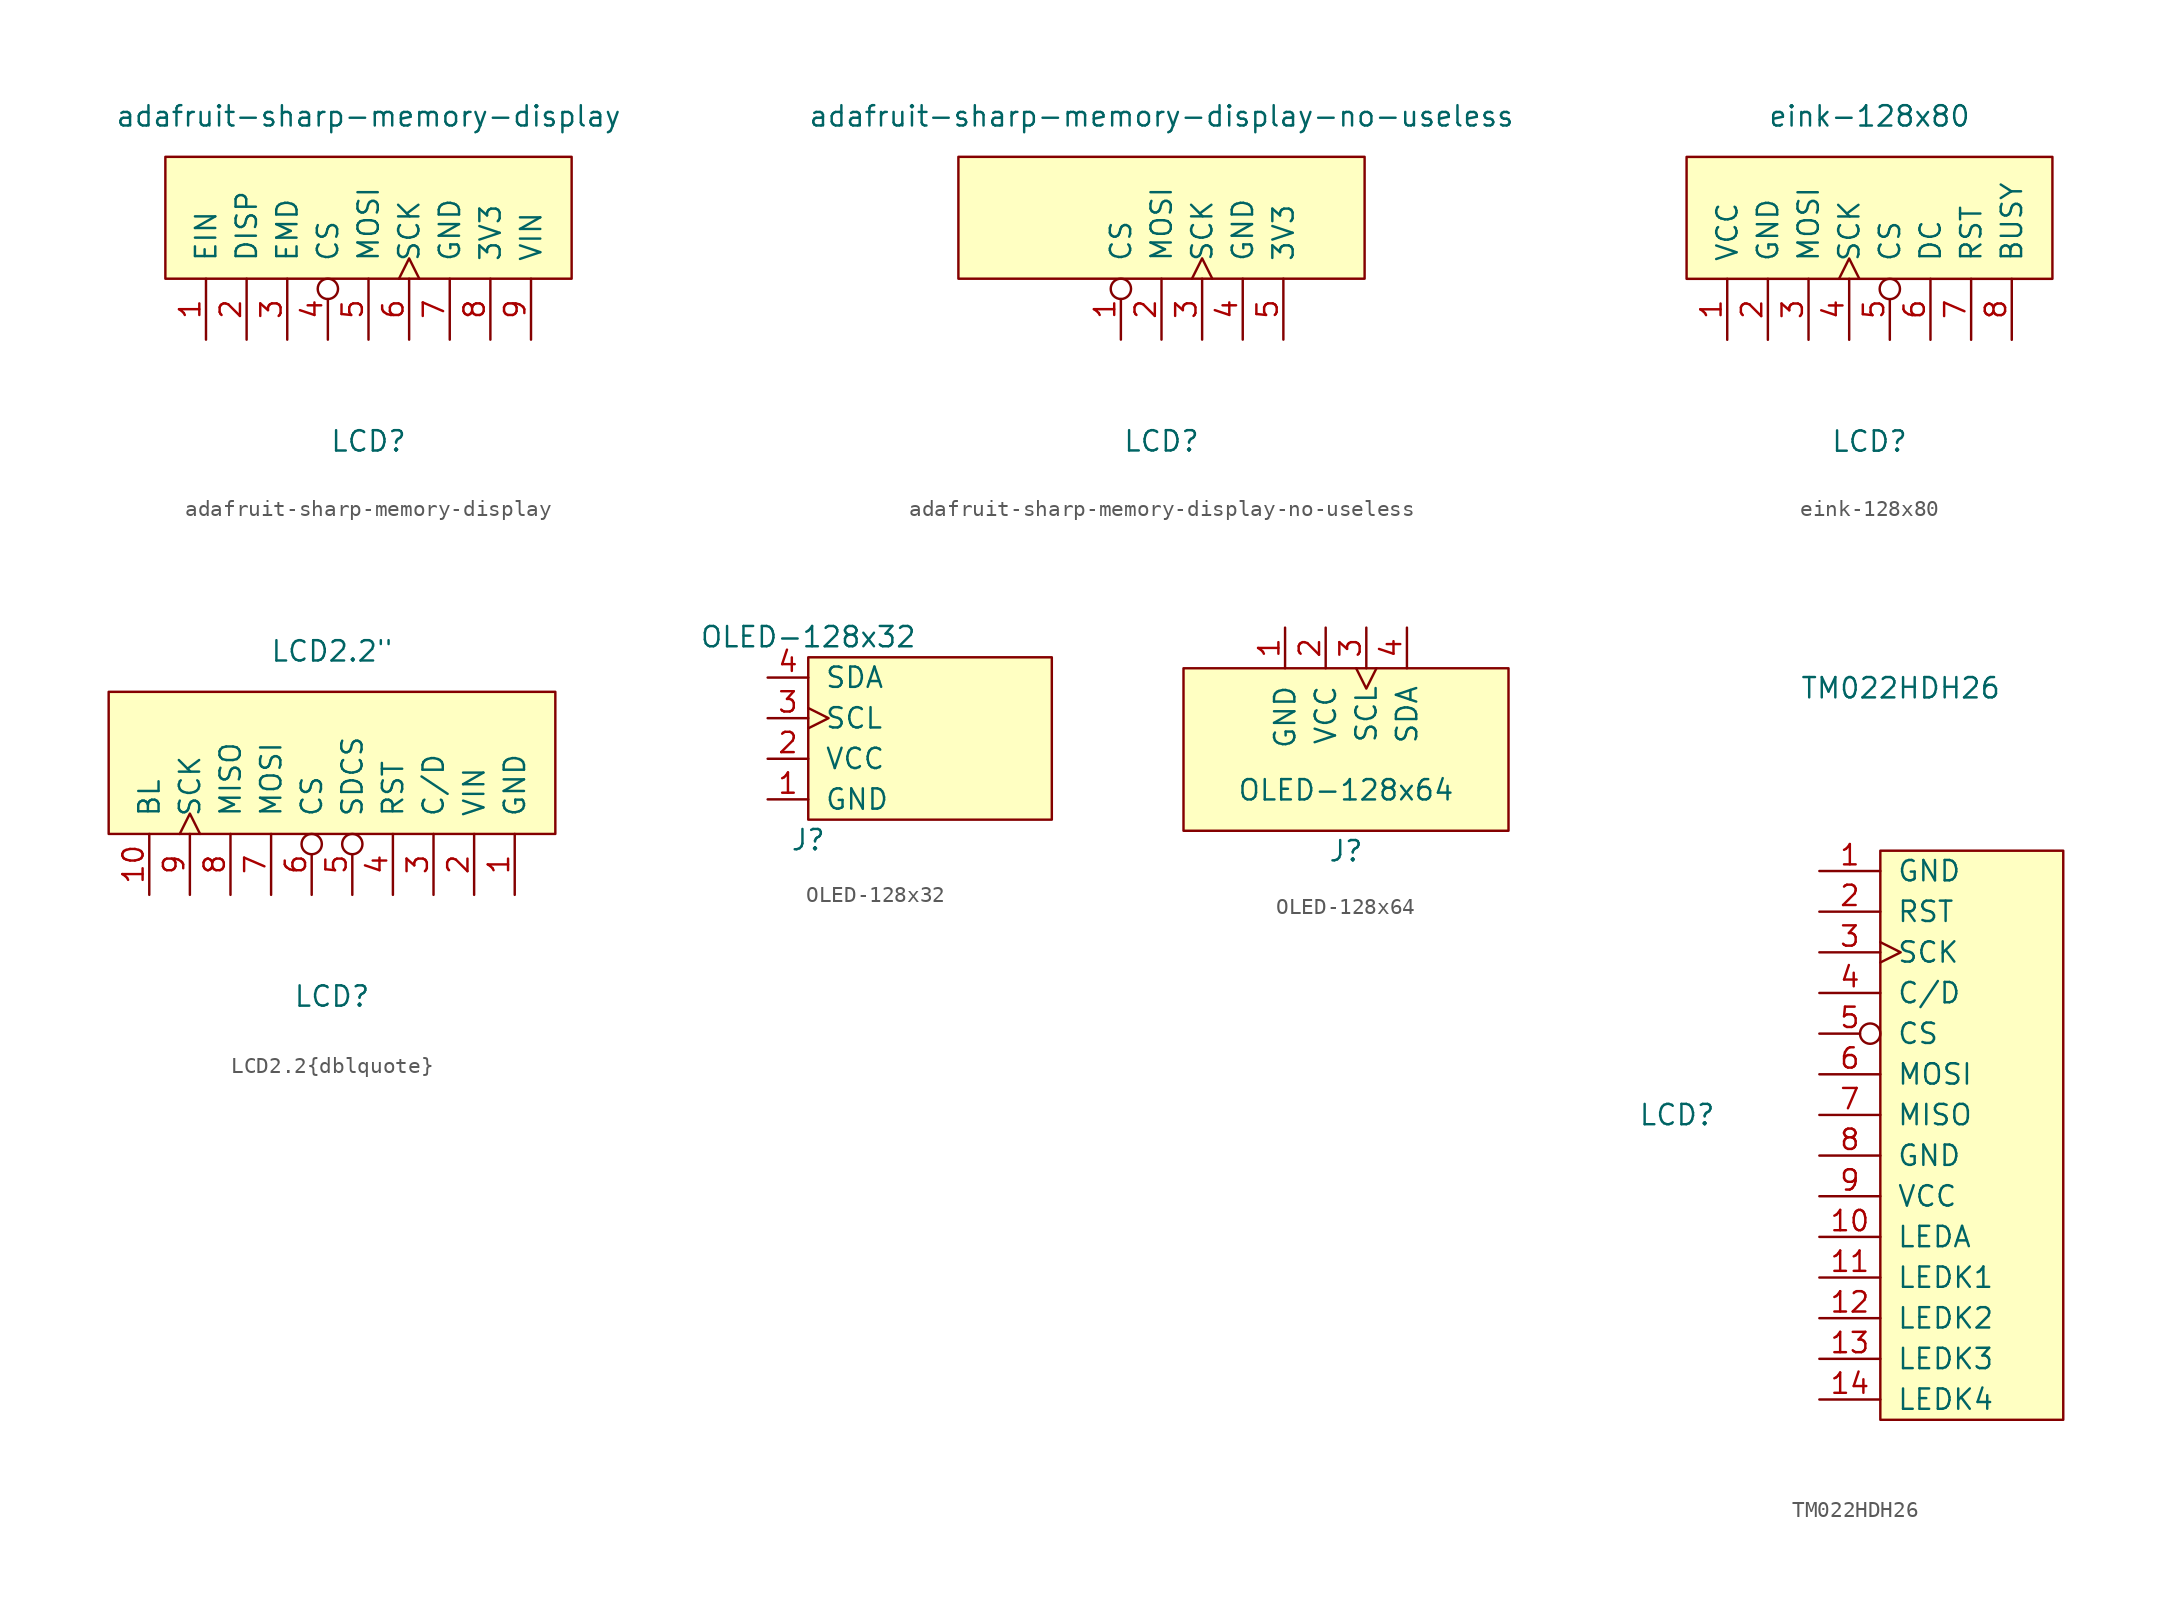
<source format=kicad_sym>
(kicad_symbol_lib
  (version 20211014)
  (generator kicad_symbol_editor)
  (symbol "adafruit-sharp-memory-display"
    (pin_names
      (offset 1.016))
    (property "Reference" "LCD"
      (at 0 -13.97 0)
      (effects (font (size 1.27 1.27))))
    (property "Value" "adafruit-sharp-memory-display"
      (at 0 6.35 0)
      (effects (font (size 1.27 1.27))))
    (symbol "adafruit-sharp-memory-display_0_1"
      (rectangle (start 12.7 -3.81) (end -12.7 3.81) (stroke (width 0) (type default) (color 0 0 0 0)) (fill (type background))))
    (symbol "adafruit-sharp-memory-display_1_1"
      (pin input line (at -10.16 -7.62 90) (length 3.81) (name "EIN" (effects (font (size 1.27 1.27)))) (number "1" (effects (font (size 1.27 1.27)))))
      (pin input line (at -7.62 -7.62 90) (length 3.81) (name "DISP" (effects (font (size 1.27 1.27)))) (number "2" (effects (font (size 1.27 1.27)))))
      (pin input line (at -5.08 -7.62 90) (length 3.81) (name "EMD" (effects (font (size 1.27 1.27)))) (number "3" (effects (font (size 1.27 1.27)))))
      (pin input inverted (at -2.54 -7.62 90) (length 3.81) (name "CS" (effects (font (size 1.27 1.27)))) (number "4" (effects (font (size 1.27 1.27)))))
      (pin input line (at 0 -7.62 90) (length 3.81) (name "MOSI" (effects (font (size 1.27 1.27)))) (number "5" (effects (font (size 1.27 1.27)))))
      (pin input clock (at 2.54 -7.62 90) (length 3.81) (name "SCK" (effects (font (size 1.27 1.27)))) (number "6" (effects (font (size 1.27 1.27)))))
      (pin power_in line (at 5.08 -7.62 90) (length 3.81) (name "GND" (effects (font (size 1.27 1.27)))) (number "7" (effects (font (size 1.27 1.27)))))
      (pin power_in line (at 7.62 -7.62 90) (length 3.81) (name "3V3" (effects (font (size 1.27 1.27)))) (number "8" (effects (font (size 1.27 1.27)))))
      (pin power_in line (at 10.16 -7.62 90) (length 3.81) (name "VIN" (effects (font (size 1.27 1.27)))) (number "9" (effects (font (size 1.27 1.27)))))))
  (symbol "adafruit-sharp-memory-display-no-useless"
    (pin_names
      (offset 1.016))
    (property "Reference" "LCD"
      (at 0 -13.97 0)
      (effects (font (size 1.27 1.27))))
    (property "Value" "adafruit-sharp-memory-display-no-useless"
      (at 0 6.35 0)
      (effects (font (size 1.27 1.27))))
    (symbol "adafruit-sharp-memory-display-no-useless_0_1"
      (rectangle (start 12.7 -3.81) (end -12.7 3.81) (stroke (width 0) (type default) (color 0 0 0 0)) (fill (type background))))
    (symbol "adafruit-sharp-memory-display-no-useless_1_1"
      (pin input inverted (at -2.54 -7.62 90) (length 3.81) (name "CS" (effects (font (size 1.27 1.27)))) (number "1" (effects (font (size 1.27 1.27)))))
      (pin input line (at 0 -7.62 90) (length 3.81) (name "MOSI" (effects (font (size 1.27 1.27)))) (number "2" (effects (font (size 1.27 1.27)))))
      (pin input clock (at 2.54 -7.62 90) (length 3.81) (name "SCK" (effects (font (size 1.27 1.27)))) (number "3" (effects (font (size 1.27 1.27)))))
      (pin power_in line (at 5.08 -7.62 90) (length 3.81) (name "GND" (effects (font (size 1.27 1.27)))) (number "4" (effects (font (size 1.27 1.27)))))
      (pin power_in line (at 7.62 -7.62 90) (length 3.81) (name "3V3" (effects (font (size 1.27 1.27)))) (number "5" (effects (font (size 1.27 1.27)))))))
  (symbol "eink-128x80"
    (pin_names
      (offset 1.016))
    (property "Reference" "LCD"
      (at 0 -13.97 0)
      (effects (font (size 1.27 1.27))))
    (property "Value" "eink-128x80"
      (at 0 6.35 0)
      (effects (font (size 1.27 1.27))))
    (symbol "eink-128x80_0_1"
      (rectangle (start -11.43 -3.81) (end 11.43 3.81) (stroke (width 0) (type default) (color 0 0 0 0)) (fill (type background))))
    (symbol "eink-128x80_1_1"
      (pin power_in line (at -8.89 -7.62 90) (length 3.81) (name "VCC" (effects (font (size 1.27 1.27)))) (number "1" (effects (font (size 1.27 1.27)))))
      (pin power_in line (at -6.35 -7.62 90) (length 3.81) (name "GND" (effects (font (size 1.27 1.27)))) (number "2" (effects (font (size 1.27 1.27)))))
      (pin input line (at -3.81 -7.62 90) (length 3.81) (name "MOSI" (effects (font (size 1.27 1.27)))) (number "3" (effects (font (size 1.27 1.27)))))
      (pin input clock (at -1.27 -7.62 90) (length 3.81) (name "SCK" (effects (font (size 1.27 1.27)))) (number "4" (effects (font (size 1.27 1.27)))))
      (pin input inverted (at 1.27 -7.62 90) (length 3.81) (name "CS" (effects (font (size 1.27 1.27)))) (number "5" (effects (font (size 1.27 1.27)))))
      (pin input line (at 3.81 -7.62 90) (length 3.81) (name "DC" (effects (font (size 1.27 1.27)))) (number "6" (effects (font (size 1.27 1.27)))))
      (pin input line (at 6.35 -7.62 90) (length 3.81) (name "RST" (effects (font (size 1.27 1.27)))) (number "7" (effects (font (size 1.27 1.27)))))
      (pin output line (at 8.89 -7.62 90) (length 3.81) (name "BUSY" (effects (font (size 1.27 1.27)))) (number "8" (effects (font (size 1.27 1.27)))))))
  (symbol "LCD2.2{dblquote}"
    (pin_names
      (offset 1.016))
    (property "Reference" "LCD"
      (at 0 -15.24 0)
      (effects (font (size 1.27 1.27))))
    (property "Value" "LCD2.2{dblquote}"
      (at 0 6.35 0)
      (effects (font (size 1.27 1.27))))
    (symbol "LCD2.2{dblquote}_0_1"
      (rectangle (start 13.97 -5.08) (end -13.97 3.81) (stroke (width 0) (type default) (color 0 0 0 0)) (fill (type background))))
    (symbol "LCD2.2{dblquote}_1_1"
      (pin power_in line (at 11.43 -8.89 90) (length 3.81) (name "GND" (effects (font (size 1.27 1.27)))) (number "1" (effects (font (size 1.27 1.27)))))
      (pin input line (at -11.43 -8.89 90) (length 3.81) (name "BL" (effects (font (size 1.27 1.27)))) (number "10" (effects (font (size 1.27 1.27)))))
      (pin power_in line (at 8.89 -8.89 90) (length 3.81) (name "VIN" (effects (font (size 1.27 1.27)))) (number "2" (effects (font (size 1.27 1.27)))))
      (pin input line (at 6.35 -8.89 90) (length 3.81) (name "C/D" (effects (font (size 1.27 1.27)))) (number "3" (effects (font (size 1.27 1.27)))))
      (pin input line (at 3.81 -8.89 90) (length 3.81) (name "RST" (effects (font (size 1.27 1.27)))) (number "4" (effects (font (size 1.27 1.27)))))
      (pin input inverted (at 1.27 -8.89 90) (length 3.81) (name "SDCS" (effects (font (size 1.27 1.27)))) (number "5" (effects (font (size 1.27 1.27)))))
      (pin input inverted (at -1.27 -8.89 90) (length 3.81) (name "CS" (effects (font (size 1.27 1.27)))) (number "6" (effects (font (size 1.27 1.27)))))
      (pin input line (at -3.81 -8.89 90) (length 3.81) (name "MOSI" (effects (font (size 1.27 1.27)))) (number "7" (effects (font (size 1.27 1.27)))))
      (pin output line (at -6.35 -8.89 90) (length 3.81) (name "MISO" (effects (font (size 1.27 1.27)))) (number "8" (effects (font (size 1.27 1.27)))))
      (pin input clock (at -8.89 -8.89 90) (length 3.81) (name "SCK" (effects (font (size 1.27 1.27)))) (number "9" (effects (font (size 1.27 1.27)))))))
  (symbol "OLED-128x32"
    (pin_names
      (offset 1.016))
    (property "Reference" "J"
      (at 0 -6.35 0)
      (effects (font (size 1.27 1.27))))
    (property "Value" "OLED-128x32"
      (at 0 6.35 0)
      (effects (font (size 1.27 1.27))))
    (symbol "OLED-128x32_0_1"
      (rectangle (start 0 5.08) (end 15.24 -5.08) (stroke (width 0) (type default) (color 0 0 0 0)) (fill (type background))))
    (symbol "OLED-128x32_1_1"
      (pin power_in line (at -2.54 -3.81 0) (length 2.54) (name "GND" (effects (font (size 1.27 1.27)))) (number "1" (effects (font (size 1.27 1.27)))))
      (pin power_in line (at -2.54 -1.27 0) (length 2.54) (name "VCC" (effects (font (size 1.27 1.27)))) (number "2" (effects (font (size 1.27 1.27)))))
      (pin input clock (at -2.54 1.27 0) (length 2.54) (name "SCL" (effects (font (size 1.27 1.27)))) (number "3" (effects (font (size 1.27 1.27)))))
      (pin bidirectional line (at -2.54 3.81 0) (length 2.54) (name "SDA" (effects (font (size 1.27 1.27)))) (number "4" (effects (font (size 1.27 1.27)))))))
  (symbol "OLED-128x64"
    (pin_names
      (offset 1.016))
    (property "Reference" "J"
      (at 0 -11.43 0)
      (effects (font (size 1.27 1.27))))
    (property "Value" "OLED-128x64"
      (at 0 -7.62 0)
      (effects (font (size 1.27 1.27))))
    (symbol "OLED-128x64_0_1"
      (rectangle (start 10.16 -10.16) (end -10.16 0) (stroke (width 0) (type default) (color 0 0 0 0)) (fill (type background))))
    (symbol "OLED-128x64_1_1"
      (pin power_in line (at -3.81 2.54 270) (length 2.54) (name "GND" (effects (font (size 1.27 1.27)))) (number "1" (effects (font (size 1.27 1.27)))))
      (pin power_in line (at -1.27 2.54 270) (length 2.54) (name "VCC" (effects (font (size 1.27 1.27)))) (number "2" (effects (font (size 1.27 1.27)))))
      (pin input clock (at 1.27 2.54 270) (length 2.54) (name "SCL" (effects (font (size 1.27 1.27)))) (number "3" (effects (font (size 1.27 1.27)))))
      (pin bidirectional line (at 3.81 2.54 270) (length 2.54) (name "SDA" (effects (font (size 1.27 1.27)))) (number "4" (effects (font (size 1.27 1.27)))))))
  (symbol "TM022HDH26"
    (pin_names
      (offset 1.016))
    (property "Reference" "LCD"
      (at -13.97 1.27 0)
      (effects (font (size 1.27 1.27))))
    (property "Value" "TM022HDH26"
      (at 0 27.94 0)
      (effects (font (size 1.27 1.27))))
    (symbol "TM022HDH26_0_1"
      (rectangle (start -1.27 17.78) (end 10.16 -17.78) (stroke (width 0) (type default) (color 0 0 0 0)) (fill (type background))))
    (symbol "TM022HDH26_1_1"
      (pin power_in line (at -5.08 16.51 0) (length 3.81) (name "GND" (effects (font (size 1.27 1.27)))) (number "1" (effects (font (size 1.27 1.27)))))
      (pin power_in line (at -5.08 -6.35 0) (length 3.81) (name "LEDA" (effects (font (size 1.27 1.27)))) (number "10" (effects (font (size 1.27 1.27)))))
      (pin power_in line (at -5.08 -8.89 0) (length 3.81) (name "LEDK1" (effects (font (size 1.27 1.27)))) (number "11" (effects (font (size 1.27 1.27)))))
      (pin power_in line (at -5.08 -11.43 0) (length 3.81) (name "LEDK2" (effects (font (size 1.27 1.27)))) (number "12" (effects (font (size 1.27 1.27)))))
      (pin power_in line (at -5.08 -13.97 0) (length 3.81) (name "LEDK3" (effects (font (size 1.27 1.27)))) (number "13" (effects (font (size 1.27 1.27)))))
      (pin power_in line (at -5.08 -16.51 0) (length 3.81) (name "LEDK4" (effects (font (size 1.27 1.27)))) (number "14" (effects (font (size 1.27 1.27)))))
      (pin input line (at -5.08 13.97 0) (length 3.81) (name "RST" (effects (font (size 1.27 1.27)))) (number "2" (effects (font (size 1.27 1.27)))))
      (pin input clock (at -5.08 11.43 0) (length 3.81) (name "SCK" (effects (font (size 1.27 1.27)))) (number "3" (effects (font (size 1.27 1.27)))))
      (pin input line (at -5.08 8.89 0) (length 3.81) (name "C/D" (effects (font (size 1.27 1.27)))) (number "4" (effects (font (size 1.27 1.27)))))
      (pin input inverted (at -5.08 6.35 0) (length 3.81) (name "CS" (effects (font (size 1.27 1.27)))) (number "5" (effects (font (size 1.27 1.27)))))
      (pin input line (at -5.08 3.81 0) (length 3.81) (name "MOSI" (effects (font (size 1.27 1.27)))) (number "6" (effects (font (size 1.27 1.27)))))
      (pin output line (at -5.08 1.27 0) (length 3.81) (name "MISO" (effects (font (size 1.27 1.27)))) (number "7" (effects (font (size 1.27 1.27)))))
      (pin power_in line (at -5.08 -1.27 0) (length 3.81) (name "GND" (effects (font (size 1.27 1.27)))) (number "8" (effects (font (size 1.27 1.27)))))
      (pin power_in line (at -5.08 -3.81 0) (length 3.81) (name "VCC" (effects (font (size 1.27 1.27)))) (number "9" (effects (font (size 1.27 1.27))))))))
</source>
